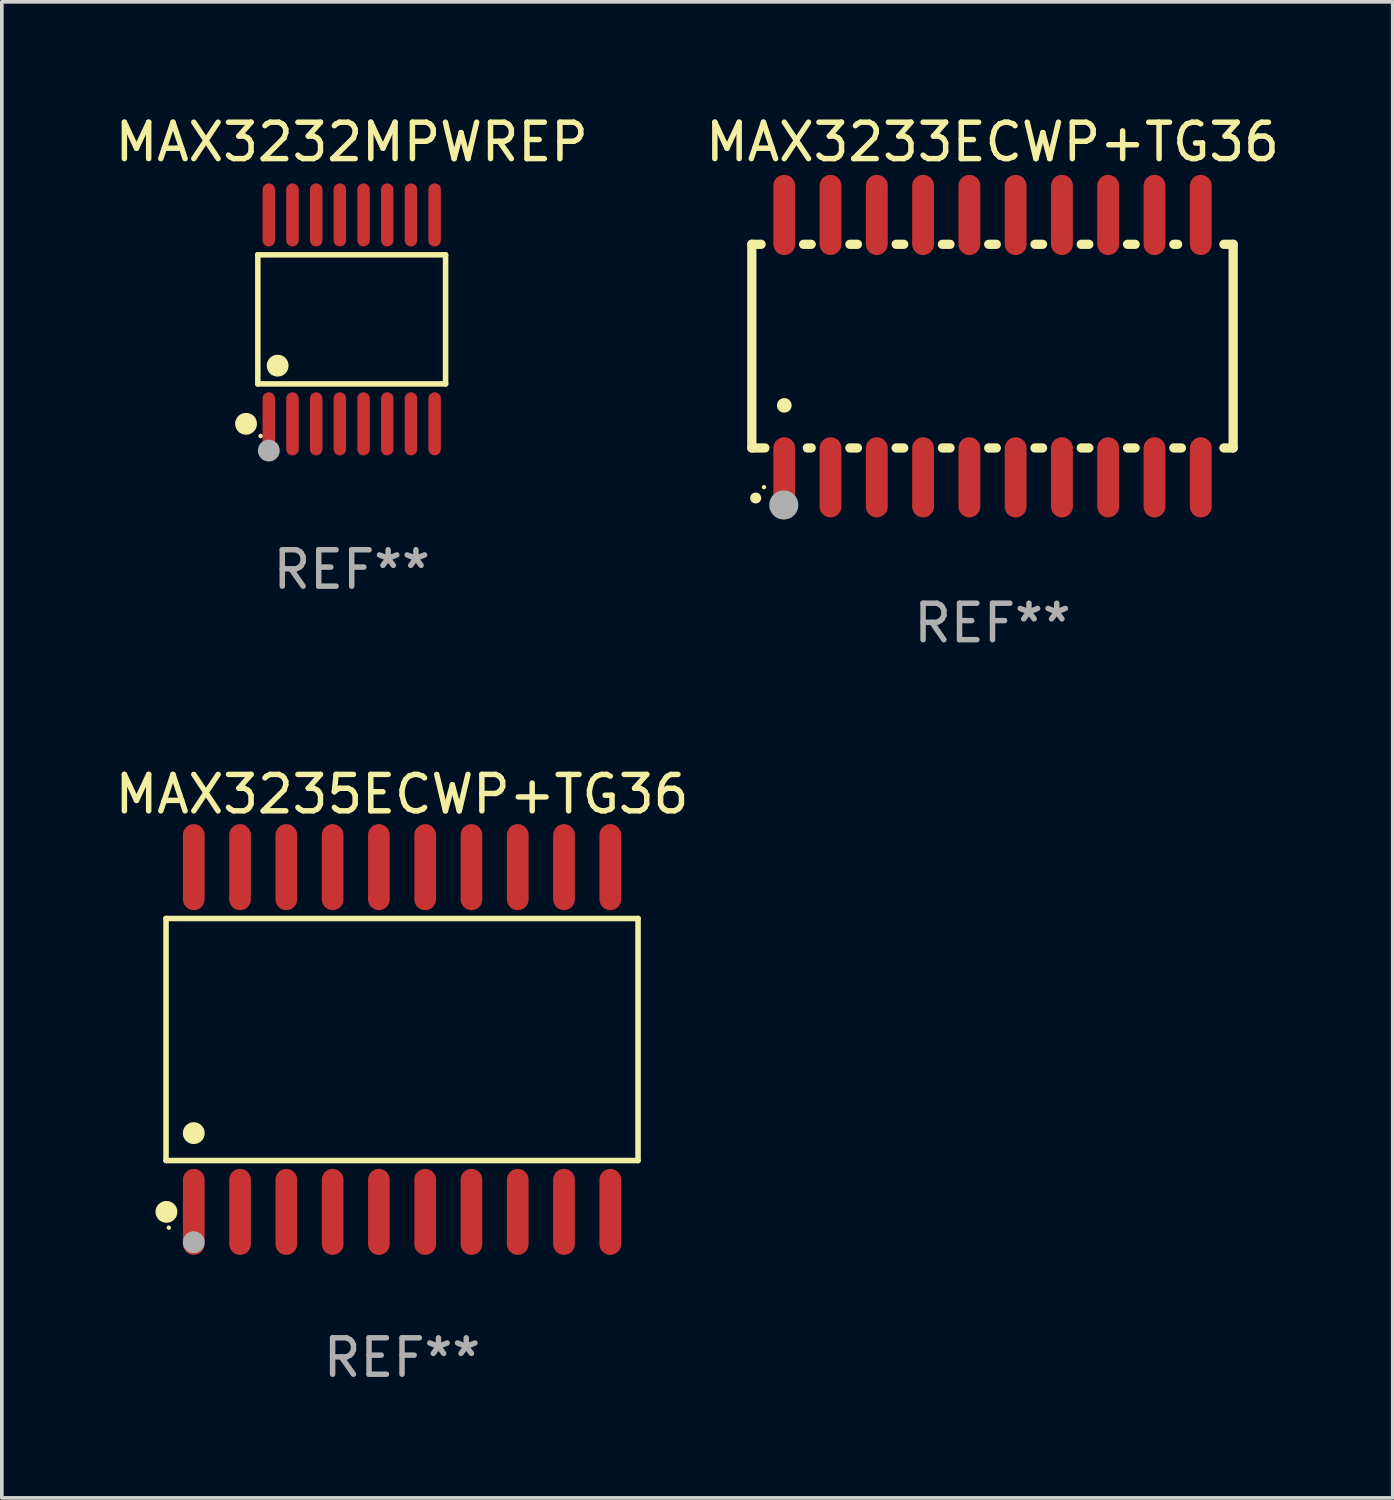
<source format=kicad_pcb>
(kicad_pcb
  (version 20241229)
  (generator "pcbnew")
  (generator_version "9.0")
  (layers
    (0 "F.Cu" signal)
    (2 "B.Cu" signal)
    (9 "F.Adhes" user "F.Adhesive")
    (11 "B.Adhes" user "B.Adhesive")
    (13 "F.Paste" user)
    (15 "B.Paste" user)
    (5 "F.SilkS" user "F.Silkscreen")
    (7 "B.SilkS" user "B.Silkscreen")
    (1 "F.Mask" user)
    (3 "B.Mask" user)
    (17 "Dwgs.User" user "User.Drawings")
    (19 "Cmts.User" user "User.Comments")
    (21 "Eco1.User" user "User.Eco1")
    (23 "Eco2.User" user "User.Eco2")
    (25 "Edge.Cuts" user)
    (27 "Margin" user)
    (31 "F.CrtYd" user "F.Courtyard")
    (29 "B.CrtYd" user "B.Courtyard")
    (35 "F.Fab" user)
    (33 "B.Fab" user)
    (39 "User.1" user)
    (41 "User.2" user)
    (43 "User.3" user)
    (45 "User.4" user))
  (footprint "MAX3233ECWP+TG36"
    (layer "F.Cu")
    (at 24.185 6.448)
    (property "Reference" "MAX3233ECWP+TG36" (at 0 -5.6 0) (layer "F.SilkS") (effects (font (size 1 1) (thickness 0.15))))
    (attr through_hole)
    (fp_line (start -6.604 -2.794) (end -6.604 2.794) (stroke (width 0.254) (type solid)) (layer "F.SilkS"))
    (fp_line (start -6.604 2.794) (end -6.246 2.794) (stroke (width 0.254) (type solid)) (layer "F.SilkS"))
    (fp_line (start -6.35 -2.794) (end -6.604 -2.794) (stroke (width 0.254) (type solid)) (layer "F.SilkS"))
    (fp_line (start -5.184 -2.794) (end -4.976 -2.794) (stroke (width 0.254) (type solid)) (layer "F.SilkS"))
    (fp_line (start -5.08 2.794) (end -4.976 2.794) (stroke (width 0.254) (type solid)) (layer "F.SilkS"))
    (fp_line (start -3.914 -2.794) (end -3.706 -2.794) (stroke (width 0.254) (type solid)) (layer "F.SilkS"))
    (fp_line (start -3.914 2.794) (end -3.706 2.794) (stroke (width 0.254) (type solid)) (layer "F.SilkS"))
    (fp_line (start -2.644 -2.794) (end -2.436 -2.794) (stroke (width 0.254) (type solid)) (layer "F.SilkS"))
    (fp_line (start -2.644 2.794) (end -2.436 2.794) (stroke (width 0.254) (type solid)) (layer "F.SilkS"))
    (fp_line (start -1.374 -2.794) (end -1.166 -2.794) (stroke (width 0.254) (type solid)) (layer "F.SilkS"))
    (fp_line (start -1.374 2.794) (end -1.166 2.794) (stroke (width 0.254) (type solid)) (layer "F.SilkS"))
    (fp_line (start -0.104 -2.794) (end 0.104 -2.794) (stroke (width 0.254) (type solid)) (layer "F.SilkS"))
    (fp_line (start -0.104 2.794) (end 0.104 2.794) (stroke (width 0.254) (type solid)) (layer "F.SilkS"))
    (fp_line (start 1.166 -2.794) (end 1.374 -2.794) (stroke (width 0.254) (type solid)) (layer "F.SilkS"))
    (fp_line (start 1.166 2.794) (end 1.374 2.794) (stroke (width 0.254) (type solid)) (layer "F.SilkS"))
    (fp_line (start 2.436 -2.794) (end 2.644 -2.794) (stroke (width 0.254) (type solid)) (layer "F.SilkS"))
    (fp_line (start 2.436 2.794) (end 2.644 2.794) (stroke (width 0.254) (type solid)) (layer "F.SilkS"))
    (fp_line (start 3.706 -2.794) (end 3.914 -2.794) (stroke (width 0.254) (type solid)) (layer "F.SilkS"))
    (fp_line (start 3.706 2.794) (end 3.914 2.794) (stroke (width 0.254) (type solid)) (layer "F.SilkS"))
    (fp_line (start 4.976 -2.794) (end 5.08 -2.794) (stroke (width 0.254) (type solid)) (layer "F.SilkS"))
    (fp_line (start 4.976 2.794) (end 5.184 2.794) (stroke (width 0.254) (type solid)) (layer "F.SilkS"))
    (fp_line (start 6.35 -2.794) (end 6.604 -2.794) (stroke (width 0.254) (type solid)) (layer "F.SilkS"))
    (fp_line (start 6.604 -2.794) (end 6.604 2.794) (stroke (width 0.254) (type solid)) (layer "F.SilkS"))
    (fp_line (start 6.604 2.794) (end 6.35 2.794) (stroke (width 0.254) (type solid)) (layer "F.SilkS"))
    (fp_arc (start -6.499619 4.167793) (mid -6.498349 4.167788) (end -6.497079 4.167793) (stroke (width 0.3) (type solid)) (layer "F.SilkS"))
    (fp_arc (start -5.715011 1.625603) (mid -5.713741 1.625599) (end -5.712471 1.625603) (stroke (width 0.4) (type solid)) (layer "F.SilkS"))
    (fp_circle (center -6.27 3.87) (end -6.24 3.87) (stroke (width 0.06) (type solid)) (fill no) (layer "F.SilkS"))
    (fp_circle (center -5.727 4.359) (end -5.527 4.359) (stroke (width 0.4) (type solid)) (fill no) (layer "F.Fab"))
    (fp_text user "REF**" (at 0 7.6 0) (layer "F.Fab") (effects (font (size 1 1) (thickness 0.15))))
    (pad "1" smd oval (at -5.715 3.6) (size 0.6 2.2) (layers "F.Cu" "F.Mask" "F.Paste"))
    (pad "2" smd oval (at -4.445 3.6) (size 0.6 2.2) (layers "F.Cu" "F.Mask" "F.Paste"))
    (pad "3" smd oval (at -3.175 3.6) (size 0.6 2.2) (layers "F.Cu" "F.Mask" "F.Paste"))
    (pad "4" smd oval (at -1.905 3.6) (size 0.6 2.2) (layers "F.Cu" "F.Mask" "F.Paste"))
    (pad "5" smd oval (at -0.635 3.6) (size 0.6 2.2) (layers "F.Cu" "F.Mask" "F.Paste"))
    (pad "6" smd oval (at 0.635 3.6) (size 0.6 2.2) (layers "F.Cu" "F.Mask" "F.Paste"))
    (pad "7" smd oval (at 1.905 3.6) (size 0.6 2.2) (layers "F.Cu" "F.Mask" "F.Paste"))
    (pad "8" smd oval (at 3.175 3.6) (size 0.6 2.2) (layers "F.Cu" "F.Mask" "F.Paste"))
    (pad "9" smd oval (at 4.445 3.6) (size 0.6 2.2) (layers "F.Cu" "F.Mask" "F.Paste"))
    (pad "10" smd oval (at 5.715 3.6) (size 0.6 2.2) (layers "F.Cu" "F.Mask" "F.Paste"))
    (pad "11" smd oval (at 5.715 -3.6 180) (size 0.6 2.2) (layers "F.Cu" "F.Mask" "F.Paste"))
    (pad "12" smd oval (at 4.445 -3.6 180) (size 0.6 2.2) (layers "F.Cu" "F.Mask" "F.Paste"))
    (pad "13" smd oval (at 3.175 -3.6 180) (size 0.6 2.2) (layers "F.Cu" "F.Mask" "F.Paste"))
    (pad "14" smd oval (at 1.905 -3.6 180) (size 0.6 2.2) (layers "F.Cu" "F.Mask" "F.Paste"))
    (pad "15" smd oval (at 0.635 -3.6 180) (size 0.6 2.2) (layers "F.Cu" "F.Mask" "F.Paste"))
    (pad "16" smd oval (at -0.635 -3.6 180) (size 0.6 2.2) (layers "F.Cu" "F.Mask" "F.Paste"))
    (pad "17" smd oval (at -1.905 -3.6 180) (size 0.6 2.2) (layers "F.Cu" "F.Mask" "F.Paste"))
    (pad "18" smd oval (at -3.175 -3.6 180) (size 0.6 2.2) (layers "F.Cu" "F.Mask" "F.Paste"))
    (pad "19" smd oval (at -4.445 -3.6 180) (size 0.6 2.2) (layers "F.Cu" "F.Mask" "F.Paste"))
    (pad "20" smd oval (at -5.715 -3.6 180) (size 0.6 2.2) (layers "F.Cu" "F.Mask" "F.Paste")))
  (footprint "MAX3232MPWREP"
    (layer "F.Cu")
    (at 6.601 5.714)
    (property "Reference" "MAX3232MPWREP" (at 0 -4.866 0) (layer "F.SilkS") (effects (font (size 1 1) (thickness 0.15))))
    (attr through_hole)
    (fp_line (start -2.576 -1.772) (end 2.576 -1.772) (stroke (width 0.152) (type solid)) (layer "F.SilkS"))
    (fp_line (start -2.576 1.771) (end -2.576 -1.772) (stroke (width 0.152) (type solid)) (layer "F.SilkS"))
    (fp_line (start 2.576 -1.772) (end 2.576 1.771) (stroke (width 0.152) (type solid)) (layer "F.SilkS"))
    (fp_line (start 2.576 1.771) (end -2.576 1.771) (stroke (width 0.152) (type solid)) (layer "F.SilkS"))
    (fp_circle (center -2.899 2.866) (end -2.749 2.866) (stroke (width 0.3) (type solid)) (fill no) (layer "F.SilkS"))
    (fp_circle (center -2.5 3.2) (end -2.47 3.2) (stroke (width 0.06) (type solid)) (fill no) (layer "F.SilkS"))
    (fp_circle (center -2.032 1.27) (end -1.882 1.27) (stroke (width 0.3) (type solid)) (fill no) (layer "F.SilkS"))
    (fp_circle (center -2.275 3.6) (end -2.125 3.6) (stroke (width 0.3) (type solid)) (fill no) (layer "F.Fab"))
    (fp_text user "REF**" (at 0 6.866 0) (layer "F.Fab") (effects (font (size 1 1) (thickness 0.15))))
    (pad "1" smd oval (at -2.275 2.866) (size 0.343 1.731) (layers "F.Cu" "F.Mask" "F.Paste"))
    (pad "2" smd oval (at -1.625 2.866) (size 0.343 1.731) (layers "F.Cu" "F.Mask" "F.Paste"))
    (pad "3" smd oval (at -0.975 2.866) (size 0.343 1.731) (layers "F.Cu" "F.Mask" "F.Paste"))
    (pad "4" smd oval (at -0.325 2.866) (size 0.343 1.731) (layers "F.Cu" "F.Mask" "F.Paste"))
    (pad "5" smd oval (at 0.325 2.866) (size 0.343 1.731) (layers "F.Cu" "F.Mask" "F.Paste"))
    (pad "6" smd oval (at 0.975 2.866) (size 0.343 1.731) (layers "F.Cu" "F.Mask" "F.Paste"))
    (pad "7" smd oval (at 1.625 2.866) (size 0.343 1.731) (layers "F.Cu" "F.Mask" "F.Paste"))
    (pad "8" smd oval (at 2.275 2.866) (size 0.343 1.731) (layers "F.Cu" "F.Mask" "F.Paste"))
    (pad "9" smd oval (at 2.275 -2.866) (size 0.343 1.731) (layers "F.Cu" "F.Mask" "F.Paste"))
    (pad "10" smd oval (at 1.625 -2.866) (size 0.343 1.731) (layers "F.Cu" "F.Mask" "F.Paste"))
    (pad "11" smd oval (at 0.975 -2.866) (size 0.343 1.731) (layers "F.Cu" "F.Mask" "F.Paste"))
    (pad "12" smd oval (at 0.325 -2.866) (size 0.343 1.731) (layers "F.Cu" "F.Mask" "F.Paste"))
    (pad "13" smd oval (at -0.325 -2.866) (size 0.343 1.731) (layers "F.Cu" "F.Mask" "F.Paste"))
    (pad "14" smd oval (at -0.975 -2.866) (size 0.343 1.731) (layers "F.Cu" "F.Mask" "F.Paste"))
    (pad "15" smd oval (at -1.625 -2.866) (size 0.343 1.731) (layers "F.Cu" "F.Mask" "F.Paste"))
    (pad "16" smd oval (at -2.275 -2.866) (size 0.343 1.731) (layers "F.Cu" "F.Mask" "F.Paste")))
  (footprint "MAX3235ECWP+TG36"
    (layer "F.Cu")
    (at 7.982 25.475)
    (property "Reference" "MAX3235ECWP+TG36" (at 0 -6.73 0) (layer "F.SilkS") (effects (font (size 1 1) (thickness 0.15))))
    (attr through_hole)
    (fp_line (start -6.476 -3.321) (end 6.476 -3.321) (stroke (width 0.152) (type solid)) (layer "F.SilkS"))
    (fp_line (start -6.476 3.321) (end -6.476 -3.321) (stroke (width 0.152) (type solid)) (layer "F.SilkS"))
    (fp_line (start 6.476 -3.321) (end 6.476 3.321) (stroke (width 0.152) (type solid)) (layer "F.SilkS"))
    (fp_line (start 6.476 3.321) (end -6.476 3.321) (stroke (width 0.152) (type solid)) (layer "F.SilkS"))
    (fp_circle (center -6.465 4.73) (end -6.315 4.73) (stroke (width 0.3) (type solid)) (fill no) (layer "F.SilkS"))
    (fp_circle (center -6.4 5.163) (end -6.37 5.163) (stroke (width 0.06) (type solid)) (fill no) (layer "F.SilkS"))
    (fp_circle (center -5.715 2.569) (end -5.565 2.569) (stroke (width 0.3) (type solid)) (fill no) (layer "F.SilkS"))
    (fp_circle (center -5.715 5.563) (end -5.565 5.563) (stroke (width 0.3) (type solid)) (fill no) (layer "F.Fab"))
    (fp_text user "REF**" (at 0 8.73 0) (layer "F.Fab") (effects (font (size 1 1) (thickness 0.15))))
    (pad "1" smd oval (at -5.715 4.73) (size 0.595 2.36) (layers "F.Cu" "F.Mask" "F.Paste"))
    (pad "2" smd oval (at -4.445 4.73) (size 0.595 2.36) (layers "F.Cu" "F.Mask" "F.Paste"))
    (pad "3" smd oval (at -3.175 4.73) (size 0.595 2.36) (layers "F.Cu" "F.Mask" "F.Paste"))
    (pad "4" smd oval (at -1.905 4.73) (size 0.595 2.36) (layers "F.Cu" "F.Mask" "F.Paste"))
    (pad "5" smd oval (at -0.635 4.73) (size 0.595 2.36) (layers "F.Cu" "F.Mask" "F.Paste"))
    (pad "6" smd oval (at 0.635 4.73) (size 0.595 2.36) (layers "F.Cu" "F.Mask" "F.Paste"))
    (pad "7" smd oval (at 1.905 4.73) (size 0.595 2.36) (layers "F.Cu" "F.Mask" "F.Paste"))
    (pad "8" smd oval (at 3.175 4.73) (size 0.595 2.36) (layers "F.Cu" "F.Mask" "F.Paste"))
    (pad "9" smd oval (at 4.445 4.73) (size 0.595 2.36) (layers "F.Cu" "F.Mask" "F.Paste"))
    (pad "10" smd oval (at 5.715 4.73) (size 0.595 2.36) (layers "F.Cu" "F.Mask" "F.Paste"))
    (pad "11" smd oval (at 5.715 -4.73) (size 0.595 2.36) (layers "F.Cu" "F.Mask" "F.Paste"))
    (pad "12" smd oval (at 4.445 -4.73) (size 0.595 2.36) (layers "F.Cu" "F.Mask" "F.Paste"))
    (pad "13" smd oval (at 3.175 -4.73) (size 0.595 2.36) (layers "F.Cu" "F.Mask" "F.Paste"))
    (pad "14" smd oval (at 1.905 -4.73) (size 0.595 2.36) (layers "F.Cu" "F.Mask" "F.Paste"))
    (pad "15" smd oval (at 0.635 -4.73) (size 0.595 2.36) (layers "F.Cu" "F.Mask" "F.Paste"))
    (pad "16" smd oval (at -0.635 -4.73) (size 0.595 2.36) (layers "F.Cu" "F.Mask" "F.Paste"))
    (pad "17" smd oval (at -1.905 -4.73) (size 0.595 2.36) (layers "F.Cu" "F.Mask" "F.Paste"))
    (pad "18" smd oval (at -3.175 -4.73) (size 0.595 2.36) (layers "F.Cu" "F.Mask" "F.Paste"))
    (pad "19" smd oval (at -4.445 -4.73) (size 0.595 2.36) (layers "F.Cu" "F.Mask" "F.Paste"))
    (pad "20" smd oval (at -5.715 -4.73) (size 0.595 2.36) (layers "F.Cu" "F.Mask" "F.Paste")))
  (gr_rect
    (start -3 -3)
    (end 35.167 38.053)
    (stroke (width 0.1) (type default))
    (fill no)
    (layer "Edge.Cuts")))
</source>
